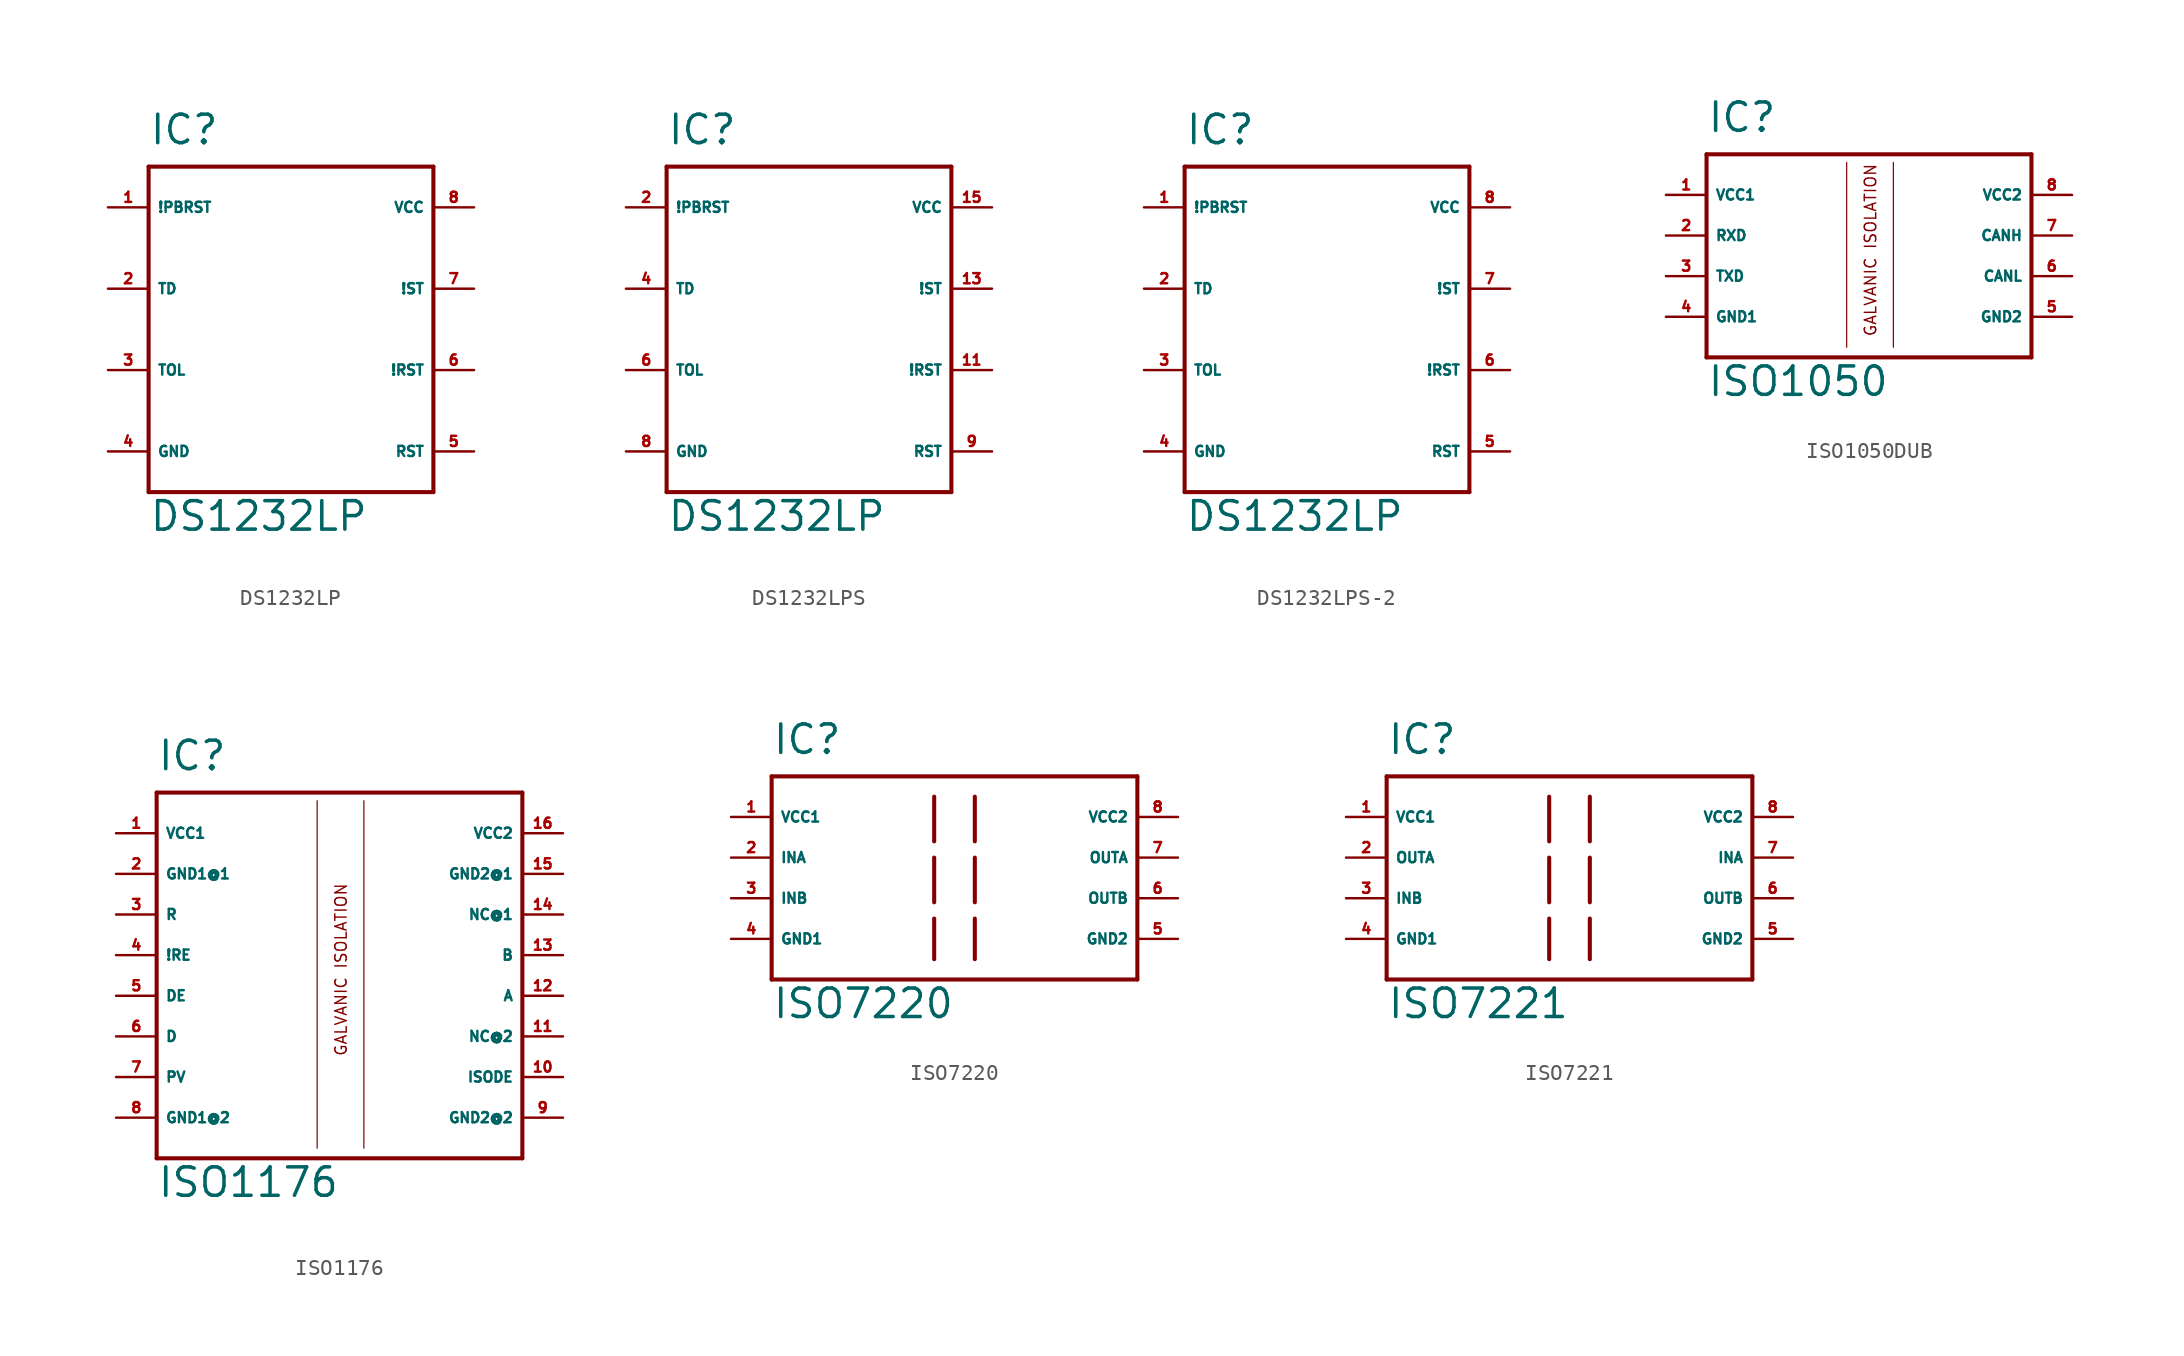
<source format=kicad_sym>
(kicad_symbol_lib
  (version 20220914)
  (generator Eagle2Kicad)
  (symbol "DS1232LP"
    (property "Reference" "IC"
      (at -10.16 11.43 0)
      (effects (font (size 1.778 1.778) (thickness 0.22)) (justify left bottom)))
    (property "Value" "DS1232LP"
      (at -10.16 -12.7 0)
      (effects (font (size 1.778 1.778) (thickness 0.22)) (justify left bottom)))
    (polyline
      (pts (xy -10.16 10.16) (xy 7.62 10.16))
      (stroke (width 0.254) (type default))
      (fill (type none)))
    (polyline
      (pts (xy 7.62 10.16) (xy 7.62 -10.16))
      (stroke (width 0.254) (type default))
      (fill (type none)))
    (polyline
      (pts (xy 7.62 -10.16) (xy -10.16 -10.16))
      (stroke (width 0.254) (type default))
      (fill (type none)))
    (polyline
      (pts (xy -10.16 -10.16) (xy -10.16 10.16))
      (stroke (width 0.254) (type default))
      (fill (type none)))
    (pin input line
      (at -12.7 7.62 0)
      (length 2.54)
      (name "!PBRST" (effects (font (size 0.635 0.635) (thickness 0.08)) (justify left bottom)))
      (number "1" (effects (font (size 0.635 0.635) (thickness 0.08)) (justify left bottom))))
    (pin input line
      (at -12.7 2.54 0)
      (length 2.54)
      (name "TD" (effects (font (size 0.635 0.635) (thickness 0.08)) (justify left bottom)))
      (number "2" (effects (font (size 0.635 0.635) (thickness 0.08)) (justify left bottom))))
    (pin input line
      (at -12.7 -2.54 0)
      (length 2.54)
      (name "TOL" (effects (font (size 0.635 0.635) (thickness 0.08)) (justify left bottom)))
      (number "3" (effects (font (size 0.635 0.635) (thickness 0.08)) (justify left bottom))))
    (pin output line
      (at 10.16 -7.62 180)
      (length 2.54)
      (name "RST" (effects (font (size 0.635 0.635) (thickness 0.08)) (justify left bottom)))
      (number "5" (effects (font (size 0.635 0.635) (thickness 0.08)) (justify left bottom))))
    (pin output line
      (at 10.16 -2.54 180)
      (length 2.54)
      (name "!RST" (effects (font (size 0.635 0.635) (thickness 0.08)) (justify left bottom)))
      (number "6" (effects (font (size 0.635 0.635) (thickness 0.08)) (justify left bottom))))
    (pin input line
      (at 10.16 2.54 180)
      (length 2.54)
      (name "!ST" (effects (font (size 0.635 0.635) (thickness 0.08)) (justify left bottom)))
      (number "7" (effects (font (size 0.635 0.635) (thickness 0.08)) (justify left bottom))))
    (pin unspecified line
      (at 10.16 7.62 180)
      (length 2.54)
      (name "VCC" (effects (font (size 0.635 0.635) (thickness 0.08)) (justify left bottom)))
      (number "8" (effects (font (size 0.635 0.635) (thickness 0.08)) (justify left bottom))))
    (pin unspecified line
      (at -12.7 -7.62 0)
      (length 2.54)
      (name "GND" (effects (font (size 0.635 0.635) (thickness 0.08)) (justify left bottom)))
      (number "4" (effects (font (size 0.635 0.635) (thickness 0.08)) (justify left bottom)))))
  (symbol "DS1232LPS"
    (property "Reference" "IC"
      (at -10.16 11.43 0)
      (effects (font (size 1.778 1.778) (thickness 0.22)) (justify left bottom)))
    (property "Value" "DS1232LP"
      (at -10.16 -12.7 0)
      (effects (font (size 1.778 1.778) (thickness 0.22)) (justify left bottom)))
    (polyline
      (pts (xy -10.16 10.16) (xy 7.62 10.16))
      (stroke (width 0.254) (type default))
      (fill (type none)))
    (polyline
      (pts (xy 7.62 10.16) (xy 7.62 -10.16))
      (stroke (width 0.254) (type default))
      (fill (type none)))
    (polyline
      (pts (xy 7.62 -10.16) (xy -10.16 -10.16))
      (stroke (width 0.254) (type default))
      (fill (type none)))
    (polyline
      (pts (xy -10.16 -10.16) (xy -10.16 10.16))
      (stroke (width 0.254) (type default))
      (fill (type none)))
    (pin input line
      (at -12.7 7.62 0)
      (length 2.54)
      (name "!PBRST" (effects (font (size 0.635 0.635) (thickness 0.08)) (justify left bottom)))
      (number "2" (effects (font (size 0.635 0.635) (thickness 0.08)) (justify left bottom))))
    (pin input line
      (at -12.7 2.54 0)
      (length 2.54)
      (name "TD" (effects (font (size 0.635 0.635) (thickness 0.08)) (justify left bottom)))
      (number "4" (effects (font (size 0.635 0.635) (thickness 0.08)) (justify left bottom))))
    (pin input line
      (at -12.7 -2.54 0)
      (length 2.54)
      (name "TOL" (effects (font (size 0.635 0.635) (thickness 0.08)) (justify left bottom)))
      (number "6" (effects (font (size 0.635 0.635) (thickness 0.08)) (justify left bottom))))
    (pin output line
      (at 10.16 -7.62 180)
      (length 2.54)
      (name "RST" (effects (font (size 0.635 0.635) (thickness 0.08)) (justify left bottom)))
      (number "9" (effects (font (size 0.635 0.635) (thickness 0.08)) (justify left bottom))))
    (pin output line
      (at 10.16 -2.54 180)
      (length 2.54)
      (name "!RST" (effects (font (size 0.635 0.635) (thickness 0.08)) (justify left bottom)))
      (number "11" (effects (font (size 0.635 0.635) (thickness 0.08)) (justify left bottom))))
    (pin input line
      (at 10.16 2.54 180)
      (length 2.54)
      (name "!ST" (effects (font (size 0.635 0.635) (thickness 0.08)) (justify left bottom)))
      (number "13" (effects (font (size 0.635 0.635) (thickness 0.08)) (justify left bottom))))
    (pin unspecified line
      (at 10.16 7.62 180)
      (length 2.54)
      (name "VCC" (effects (font (size 0.635 0.635) (thickness 0.08)) (justify left bottom)))
      (number "15" (effects (font (size 0.635 0.635) (thickness 0.08)) (justify left bottom))))
    (pin unspecified line
      (at -12.7 -7.62 0)
      (length 2.54)
      (name "GND" (effects (font (size 0.635 0.635) (thickness 0.08)) (justify left bottom)))
      (number "8" (effects (font (size 0.635 0.635) (thickness 0.08)) (justify left bottom)))))
  (symbol "DS1232LPS-2"
    (property "Reference" "IC"
      (at -10.16 11.43 0)
      (effects (font (size 1.778 1.778) (thickness 0.22)) (justify left bottom)))
    (property "Value" "DS1232LP"
      (at -10.16 -12.7 0)
      (effects (font (size 1.778 1.778) (thickness 0.22)) (justify left bottom)))
    (polyline
      (pts (xy -10.16 10.16) (xy 7.62 10.16))
      (stroke (width 0.254) (type default))
      (fill (type none)))
    (polyline
      (pts (xy 7.62 10.16) (xy 7.62 -10.16))
      (stroke (width 0.254) (type default))
      (fill (type none)))
    (polyline
      (pts (xy 7.62 -10.16) (xy -10.16 -10.16))
      (stroke (width 0.254) (type default))
      (fill (type none)))
    (polyline
      (pts (xy -10.16 -10.16) (xy -10.16 10.16))
      (stroke (width 0.254) (type default))
      (fill (type none)))
    (pin input line
      (at -12.7 7.62 0)
      (length 2.54)
      (name "!PBRST" (effects (font (size 0.635 0.635) (thickness 0.08)) (justify left bottom)))
      (number "1" (effects (font (size 0.635 0.635) (thickness 0.08)) (justify left bottom))))
    (pin input line
      (at -12.7 2.54 0)
      (length 2.54)
      (name "TD" (effects (font (size 0.635 0.635) (thickness 0.08)) (justify left bottom)))
      (number "2" (effects (font (size 0.635 0.635) (thickness 0.08)) (justify left bottom))))
    (pin input line
      (at -12.7 -2.54 0)
      (length 2.54)
      (name "TOL" (effects (font (size 0.635 0.635) (thickness 0.08)) (justify left bottom)))
      (number "3" (effects (font (size 0.635 0.635) (thickness 0.08)) (justify left bottom))))
    (pin output line
      (at 10.16 -7.62 180)
      (length 2.54)
      (name "RST" (effects (font (size 0.635 0.635) (thickness 0.08)) (justify left bottom)))
      (number "5" (effects (font (size 0.635 0.635) (thickness 0.08)) (justify left bottom))))
    (pin output line
      (at 10.16 -2.54 180)
      (length 2.54)
      (name "!RST" (effects (font (size 0.635 0.635) (thickness 0.08)) (justify left bottom)))
      (number "6" (effects (font (size 0.635 0.635) (thickness 0.08)) (justify left bottom))))
    (pin input line
      (at 10.16 2.54 180)
      (length 2.54)
      (name "!ST" (effects (font (size 0.635 0.635) (thickness 0.08)) (justify left bottom)))
      (number "7" (effects (font (size 0.635 0.635) (thickness 0.08)) (justify left bottom))))
    (pin unspecified line
      (at 10.16 7.62 180)
      (length 2.54)
      (name "VCC" (effects (font (size 0.635 0.635) (thickness 0.08)) (justify left bottom)))
      (number "8" (effects (font (size 0.635 0.635) (thickness 0.08)) (justify left bottom))))
    (pin unspecified line
      (at -12.7 -7.62 0)
      (length 2.54)
      (name "GND" (effects (font (size 0.635 0.635) (thickness 0.08)) (justify left bottom)))
      (number "4" (effects (font (size 0.635 0.635) (thickness 0.08)) (justify left bottom)))))
  (symbol "ISO1050DUB"
    (property "Reference" "IC"
      (at -10.16 6.35 0)
      (effects (font (size 1.778 1.778) (thickness 0.22)) (justify left bottom)))
    (property "Value" "ISO1050"
      (at -10.16 -10.16 0)
      (effects (font (size 1.778 1.778) (thickness 0.22)) (justify left bottom)))
    (polyline
      (pts (xy -10.16 5.08) (xy 10.16 5.08))
      (stroke (width 0.254) (type default))
      (fill (type none)))
    (polyline
      (pts (xy 10.16 5.08) (xy 10.16 -7.62))
      (stroke (width 0.254) (type default))
      (fill (type none)))
    (polyline
      (pts (xy 10.16 -7.62) (xy -10.16 -7.62))
      (stroke (width 0.254) (type default))
      (fill (type none)))
    (polyline
      (pts (xy -10.16 -7.62) (xy -10.16 5.08))
      (stroke (width 0.254) (type default))
      (fill (type none)))
    (polyline
      (pts (xy -1.397 4.572) (xy -1.397 -6.985))
      (stroke (width 0.076) (type default))
      (fill (type none)))
    (polyline
      (pts (xy 1.524 4.572) (xy 1.524 -6.985))
      (stroke (width 0.076) (type default))
      (fill (type none)))
    (text "GALVANIC ISOLATION"
      (at 0.508 -6.35 900)
      (effects (font (size 0.711 0.711) (thickness 0.09)) (justify left bottom)))
    (pin input line
      (at -12.7 0 0)
      (length 2.54)
      (name "RXD" (effects (font (size 0.635 0.635) (thickness 0.08)) (justify left bottom)))
      (number "2" (effects (font (size 0.635 0.635) (thickness 0.08)) (justify left bottom))))
    (pin input line
      (at -12.7 -2.54 0)
      (length 2.54)
      (name "TXD" (effects (font (size 0.635 0.635) (thickness 0.08)) (justify left bottom)))
      (number "3" (effects (font (size 0.635 0.635) (thickness 0.08)) (justify left bottom))))
    (pin input line
      (at 12.7 0 180)
      (length 2.54)
      (name "CANH" (effects (font (size 0.635 0.635) (thickness 0.08)) (justify left bottom)))
      (number "7" (effects (font (size 0.635 0.635) (thickness 0.08)) (justify left bottom))))
    (pin input line
      (at 12.7 -2.54 180)
      (length 2.54)
      (name "CANL" (effects (font (size 0.635 0.635) (thickness 0.08)) (justify left bottom)))
      (number "6" (effects (font (size 0.635 0.635) (thickness 0.08)) (justify left bottom))))
    (pin input line
      (at -12.7 -5.08 0)
      (length 2.54)
      (name "GND1" (effects (font (size 0.635 0.635) (thickness 0.08)) (justify left bottom)))
      (number "4" (effects (font (size 0.635 0.635) (thickness 0.08)) (justify left bottom))))
    (pin input line
      (at 12.7 -5.08 180)
      (length 2.54)
      (name "GND2" (effects (font (size 0.635 0.635) (thickness 0.08)) (justify left bottom)))
      (number "5" (effects (font (size 0.635 0.635) (thickness 0.08)) (justify left bottom))))
    (pin input line
      (at -12.7 2.54 0)
      (length 2.54)
      (name "VCC1" (effects (font (size 0.635 0.635) (thickness 0.08)) (justify left bottom)))
      (number "1" (effects (font (size 0.635 0.635) (thickness 0.08)) (justify left bottom))))
    (pin input line
      (at 12.7 2.54 180)
      (length 2.54)
      (name "VCC2" (effects (font (size 0.635 0.635) (thickness 0.08)) (justify left bottom)))
      (number "8" (effects (font (size 0.635 0.635) (thickness 0.08)) (justify left bottom)))))
  (symbol "ISO1176"
    (property "Reference" "IC"
      (at -10.16 11.43 0)
      (effects (font (size 1.778 1.778) (thickness 0.22)) (justify left bottom)))
    (property "Value" "ISO1176"
      (at -10.16 -15.24 0)
      (effects (font (size 1.778 1.778) (thickness 0.22)) (justify left bottom)))
    (polyline
      (pts (xy -10.16 10.16) (xy 12.7 10.16))
      (stroke (width 0.254) (type default))
      (fill (type none)))
    (polyline
      (pts (xy 12.7 10.16) (xy 12.7 -12.7))
      (stroke (width 0.254) (type default))
      (fill (type none)))
    (polyline
      (pts (xy 12.7 -12.7) (xy -10.16 -12.7))
      (stroke (width 0.254) (type default))
      (fill (type none)))
    (polyline
      (pts (xy -10.16 -12.7) (xy -10.16 10.16))
      (stroke (width 0.254) (type default))
      (fill (type none)))
    (polyline
      (pts (xy -0.127 9.652) (xy -0.127 -12.065))
      (stroke (width 0.076) (type default))
      (fill (type none)))
    (polyline
      (pts (xy 2.794 9.652) (xy 2.794 -12.065))
      (stroke (width 0.076) (type default))
      (fill (type none)))
    (text "GALVANIC ISOLATION"
      (at 1.778 -6.35 900)
      (effects (font (size 0.711 0.711) (thickness 0.09)) (justify left bottom)))
    (pin input line
      (at -12.7 2.54 0)
      (length 2.54)
      (name "R" (effects (font (size 0.635 0.635) (thickness 0.08)) (justify left bottom)))
      (number "3" (effects (font (size 0.635 0.635) (thickness 0.08)) (justify left bottom))))
    (pin input line
      (at -12.7 0 0)
      (length 2.54)
      (name "!RE" (effects (font (size 0.635 0.635) (thickness 0.08)) (justify left bottom)))
      (number "4" (effects (font (size 0.635 0.635) (thickness 0.08)) (justify left bottom))))
    (pin input line
      (at 15.24 0 180)
      (length 2.54)
      (name "B" (effects (font (size 0.635 0.635) (thickness 0.08)) (justify left bottom)))
      (number "13" (effects (font (size 0.635 0.635) (thickness 0.08)) (justify left bottom))))
    (pin input line
      (at 15.24 -2.54 180)
      (length 2.54)
      (name "A" (effects (font (size 0.635 0.635) (thickness 0.08)) (justify left bottom)))
      (number "12" (effects (font (size 0.635 0.635) (thickness 0.08)) (justify left bottom))))
    (pin input line
      (at -12.7 5.08 0)
      (length 2.54)
      (name "GND1@1" (effects (font (size 0.635 0.635) (thickness 0.08)) (justify left bottom)))
      (number "2" (effects (font (size 0.635 0.635) (thickness 0.08)) (justify left bottom))))
    (pin input line
      (at 15.24 5.08 180)
      (length 2.54)
      (name "GND2@1" (effects (font (size 0.635 0.635) (thickness 0.08)) (justify left bottom)))
      (number "15" (effects (font (size 0.635 0.635) (thickness 0.08)) (justify left bottom))))
    (pin input line
      (at -12.7 7.62 0)
      (length 2.54)
      (name "VCC1" (effects (font (size 0.635 0.635) (thickness 0.08)) (justify left bottom)))
      (number "1" (effects (font (size 0.635 0.635) (thickness 0.08)) (justify left bottom))))
    (pin input line
      (at 15.24 7.62 180)
      (length 2.54)
      (name "VCC2" (effects (font (size 0.635 0.635) (thickness 0.08)) (justify left bottom)))
      (number "16" (effects (font (size 0.635 0.635) (thickness 0.08)) (justify left bottom))))
    (pin input line
      (at -12.7 -2.54 0)
      (length 2.54)
      (name "DE" (effects (font (size 0.635 0.635) (thickness 0.08)) (justify left bottom)))
      (number "5" (effects (font (size 0.635 0.635) (thickness 0.08)) (justify left bottom))))
    (pin input line
      (at -12.7 -5.08 0)
      (length 2.54)
      (name "D" (effects (font (size 0.635 0.635) (thickness 0.08)) (justify left bottom)))
      (number "6" (effects (font (size 0.635 0.635) (thickness 0.08)) (justify left bottom))))
    (pin input line
      (at -12.7 -7.62 0)
      (length 2.54)
      (name "PV" (effects (font (size 0.635 0.635) (thickness 0.08)) (justify left bottom)))
      (number "7" (effects (font (size 0.635 0.635) (thickness 0.08)) (justify left bottom))))
    (pin input line
      (at -12.7 -10.16 0)
      (length 2.54)
      (name "GND1@2" (effects (font (size 0.635 0.635) (thickness 0.08)) (justify left bottom)))
      (number "8" (effects (font (size 0.635 0.635) (thickness 0.08)) (justify left bottom))))
    (pin input line
      (at 15.24 -10.16 180)
      (length 2.54)
      (name "GND2@2" (effects (font (size 0.635 0.635) (thickness 0.08)) (justify left bottom)))
      (number "9" (effects (font (size 0.635 0.635) (thickness 0.08)) (justify left bottom))))
    (pin input line
      (at 15.24 2.54 180)
      (length 2.54)
      (name "NC@1" (effects (font (size 0.635 0.635) (thickness 0.08)) (justify left bottom)))
      (number "14" (effects (font (size 0.635 0.635) (thickness 0.08)) (justify left bottom))))
    (pin input line
      (at 15.24 -5.08 180)
      (length 2.54)
      (name "NC@2" (effects (font (size 0.635 0.635) (thickness 0.08)) (justify left bottom)))
      (number "11" (effects (font (size 0.635 0.635) (thickness 0.08)) (justify left bottom))))
    (pin input line
      (at 15.24 -7.62 180)
      (length 2.54)
      (name "ISODE" (effects (font (size 0.635 0.635) (thickness 0.08)) (justify left bottom)))
      (number "10" (effects (font (size 0.635 0.635) (thickness 0.08)) (justify left bottom)))))
  (symbol "ISO7220"
    (property "Reference" "IC"
      (at -10.16 8.89 0)
      (effects (font (size 1.778 1.778) (thickness 0.22)) (justify left bottom)))
    (property "Value" "ISO7220"
      (at -10.16 -7.62 0)
      (effects (font (size 1.778 1.778) (thickness 0.22)) (justify left bottom)))
    (polyline
      (pts (xy -10.16 7.62) (xy 12.7 7.62))
      (stroke (width 0.254) (type default))
      (fill (type none)))
    (polyline
      (pts (xy 12.7 7.62) (xy 12.7 -5.08))
      (stroke (width 0.254) (type default))
      (fill (type none)))
    (polyline
      (pts (xy 12.7 -5.08) (xy -10.16 -5.08))
      (stroke (width 0.254) (type default))
      (fill (type none)))
    (polyline
      (pts (xy -10.16 -5.08) (xy -10.16 7.62))
      (stroke (width 0.254) (type default))
      (fill (type none)))
    (polyline
      (pts (xy 0 6.35) (xy 0 -3.81))
      (stroke (width 0.254) (type dash))
      (fill (type none)))
    (polyline
      (pts (xy 2.54 6.35) (xy 2.54 -3.81))
      (stroke (width 0.254) (type dash))
      (fill (type none)))
    (pin unspecified line
      (at -12.7 5.08 0)
      (length 2.54)
      (name "VCC1" (effects (font (size 0.635 0.635) (thickness 0.08)) (justify left bottom)))
      (number "1" (effects (font (size 0.635 0.635) (thickness 0.08)) (justify left bottom))))
    (pin unspecified line
      (at 15.24 5.08 180)
      (length 2.54)
      (name "VCC2" (effects (font (size 0.635 0.635) (thickness 0.08)) (justify left bottom)))
      (number "8" (effects (font (size 0.635 0.635) (thickness 0.08)) (justify left bottom))))
    (pin unspecified line
      (at -12.7 -2.54 0)
      (length 2.54)
      (name "GND1" (effects (font (size 0.635 0.635) (thickness 0.08)) (justify left bottom)))
      (number "4" (effects (font (size 0.635 0.635) (thickness 0.08)) (justify left bottom))))
    (pin unspecified line
      (at 15.24 -2.54 180)
      (length 2.54)
      (name "GND2" (effects (font (size 0.635 0.635) (thickness 0.08)) (justify left bottom)))
      (number "5" (effects (font (size 0.635 0.635) (thickness 0.08)) (justify left bottom))))
    (pin input line
      (at -12.7 2.54 0)
      (length 2.54)
      (name "INA" (effects (font (size 0.635 0.635) (thickness 0.08)) (justify left bottom)))
      (number "2" (effects (font (size 0.635 0.635) (thickness 0.08)) (justify left bottom))))
    (pin input line
      (at -12.7 0 0)
      (length 2.54)
      (name "INB" (effects (font (size 0.635 0.635) (thickness 0.08)) (justify left bottom)))
      (number "3" (effects (font (size 0.635 0.635) (thickness 0.08)) (justify left bottom))))
    (pin output line
      (at 15.24 2.54 180)
      (length 2.54)
      (name "OUTA" (effects (font (size 0.635 0.635) (thickness 0.08)) (justify left bottom)))
      (number "7" (effects (font (size 0.635 0.635) (thickness 0.08)) (justify left bottom))))
    (pin output line
      (at 15.24 0 180)
      (length 2.54)
      (name "OUTB" (effects (font (size 0.635 0.635) (thickness 0.08)) (justify left bottom)))
      (number "6" (effects (font (size 0.635 0.635) (thickness 0.08)) (justify left bottom)))))
  (symbol "ISO7221"
    (property "Reference" "IC"
      (at -10.16 8.89 0)
      (effects (font (size 1.778 1.778) (thickness 0.22)) (justify left bottom)))
    (property "Value" "ISO7221"
      (at -10.16 -7.62 0)
      (effects (font (size 1.778 1.778) (thickness 0.22)) (justify left bottom)))
    (polyline
      (pts (xy -10.16 7.62) (xy 12.7 7.62))
      (stroke (width 0.254) (type default))
      (fill (type none)))
    (polyline
      (pts (xy 12.7 7.62) (xy 12.7 -5.08))
      (stroke (width 0.254) (type default))
      (fill (type none)))
    (polyline
      (pts (xy 12.7 -5.08) (xy -10.16 -5.08))
      (stroke (width 0.254) (type default))
      (fill (type none)))
    (polyline
      (pts (xy -10.16 -5.08) (xy -10.16 7.62))
      (stroke (width 0.254) (type default))
      (fill (type none)))
    (polyline
      (pts (xy 0 6.35) (xy 0 -3.81))
      (stroke (width 0.254) (type dash))
      (fill (type none)))
    (polyline
      (pts (xy 2.54 6.35) (xy 2.54 -3.81))
      (stroke (width 0.254) (type dash))
      (fill (type none)))
    (pin unspecified line
      (at -12.7 5.08 0)
      (length 2.54)
      (name "VCC1" (effects (font (size 0.635 0.635) (thickness 0.08)) (justify left bottom)))
      (number "1" (effects (font (size 0.635 0.635) (thickness 0.08)) (justify left bottom))))
    (pin unspecified line
      (at 15.24 5.08 180)
      (length 2.54)
      (name "VCC2" (effects (font (size 0.635 0.635) (thickness 0.08)) (justify left bottom)))
      (number "8" (effects (font (size 0.635 0.635) (thickness 0.08)) (justify left bottom))))
    (pin unspecified line
      (at -12.7 -2.54 0)
      (length 2.54)
      (name "GND1" (effects (font (size 0.635 0.635) (thickness 0.08)) (justify left bottom)))
      (number "4" (effects (font (size 0.635 0.635) (thickness 0.08)) (justify left bottom))))
    (pin unspecified line
      (at 15.24 -2.54 180)
      (length 2.54)
      (name "GND2" (effects (font (size 0.635 0.635) (thickness 0.08)) (justify left bottom)))
      (number "5" (effects (font (size 0.635 0.635) (thickness 0.08)) (justify left bottom))))
    (pin input line
      (at 15.24 2.54 180)
      (length 2.54)
      (name "INA" (effects (font (size 0.635 0.635) (thickness 0.08)) (justify left bottom)))
      (number "7" (effects (font (size 0.635 0.635) (thickness 0.08)) (justify left bottom))))
    (pin input line
      (at -12.7 0 0)
      (length 2.54)
      (name "INB" (effects (font (size 0.635 0.635) (thickness 0.08)) (justify left bottom)))
      (number "3" (effects (font (size 0.635 0.635) (thickness 0.08)) (justify left bottom))))
    (pin output line
      (at -12.7 2.54 0)
      (length 2.54)
      (name "OUTA" (effects (font (size 0.635 0.635) (thickness 0.08)) (justify left bottom)))
      (number "2" (effects (font (size 0.635 0.635) (thickness 0.08)) (justify left bottom))))
    (pin output line
      (at 15.24 0 180)
      (length 2.54)
      (name "OUTB" (effects (font (size 0.635 0.635) (thickness 0.08)) (justify left bottom)))
      (number "6" (effects (font (size 0.635 0.635) (thickness 0.08)) (justify left bottom))))))
</source>
